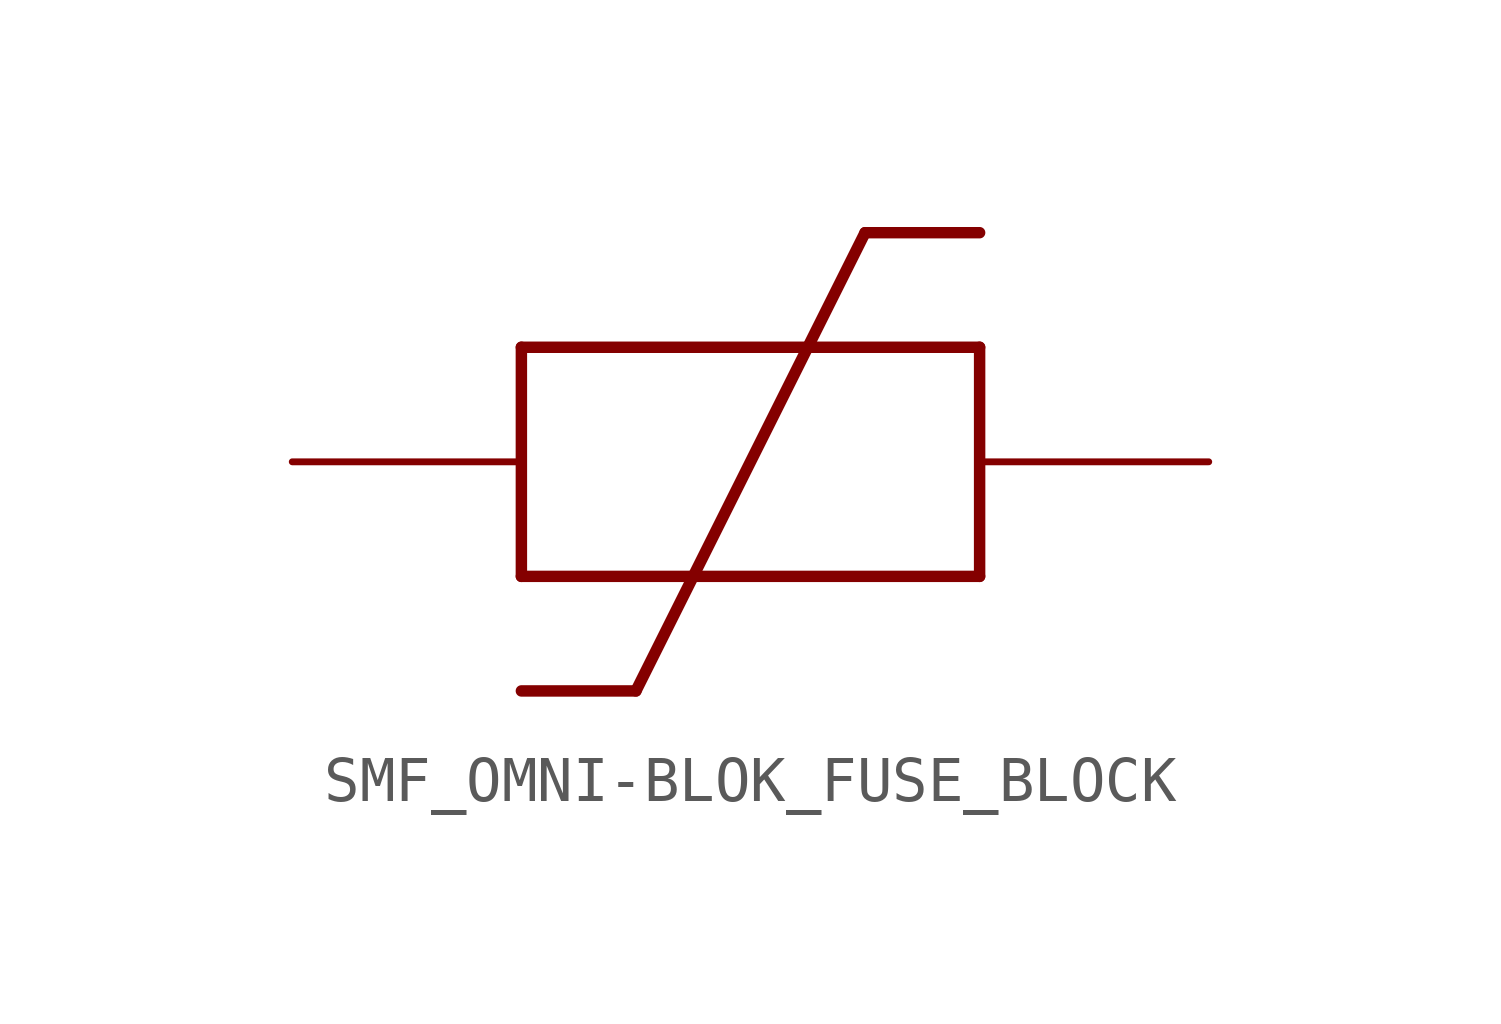
<source format=kicad_sym>
(kicad_symbol_lib
  (version 20231120)
  (generator "kicad_symbol_editor")
  (generator_version "8.0")
  (symbol "SMF_OMNI-BLOK_FUSE_BLOCK"
    (property "Reference" ""
      (at 0 0 0)
      (effects (font (size 1.27 1.27)) (hide yes)))
    (property "ki_locked" ""
      (at 0 0 0)
      (effects (font (size 1.27 1.27))))
    (symbol "SMF_OMNI-BLOK_FUSE_BLOCK_1_0"
      (polyline (pts (xy -5.08 -5.08) (xy -2.54 -5.08)) (stroke (width 0.254) (type solid)) (fill (type none)))
      (polyline (pts (xy -5.08 -2.54) (xy 5.08 -2.54)) (stroke (width 0.254) (type solid)) (fill (type none)))
      (polyline (pts (xy -5.08 2.54) (xy -5.08 -2.54)) (stroke (width 0.254) (type solid)) (fill (type none)))
      (polyline (pts (xy -2.54 -5.08) (xy 2.54 5.08)) (stroke (width 0.254) (type solid)) (fill (type none)))
      (polyline (pts (xy 2.54 5.08) (xy 5.08 5.08)) (stroke (width 0.254) (type solid)) (fill (type none)))
      (polyline (pts (xy 5.08 -2.54) (xy 5.08 2.54)) (stroke (width 0.254) (type solid)) (fill (type none)))
      (polyline (pts (xy 5.08 2.54) (xy -5.08 2.54)) (stroke (width 0.254) (type solid)) (fill (type none)))
      (pin bidirectional line (at -10.16 0 0) (length 5.08) (name "PIN1" (effects (font (size 0 0)))) (number "PIN1" (effects (font (size 0 0)))))
      (pin bidirectional line (at 10.16 0 180) (length 5.08) (name "PIN2" (effects (font (size 0 0)))) (number "PIN2" (effects (font (size 0 0))))))))
</source>
